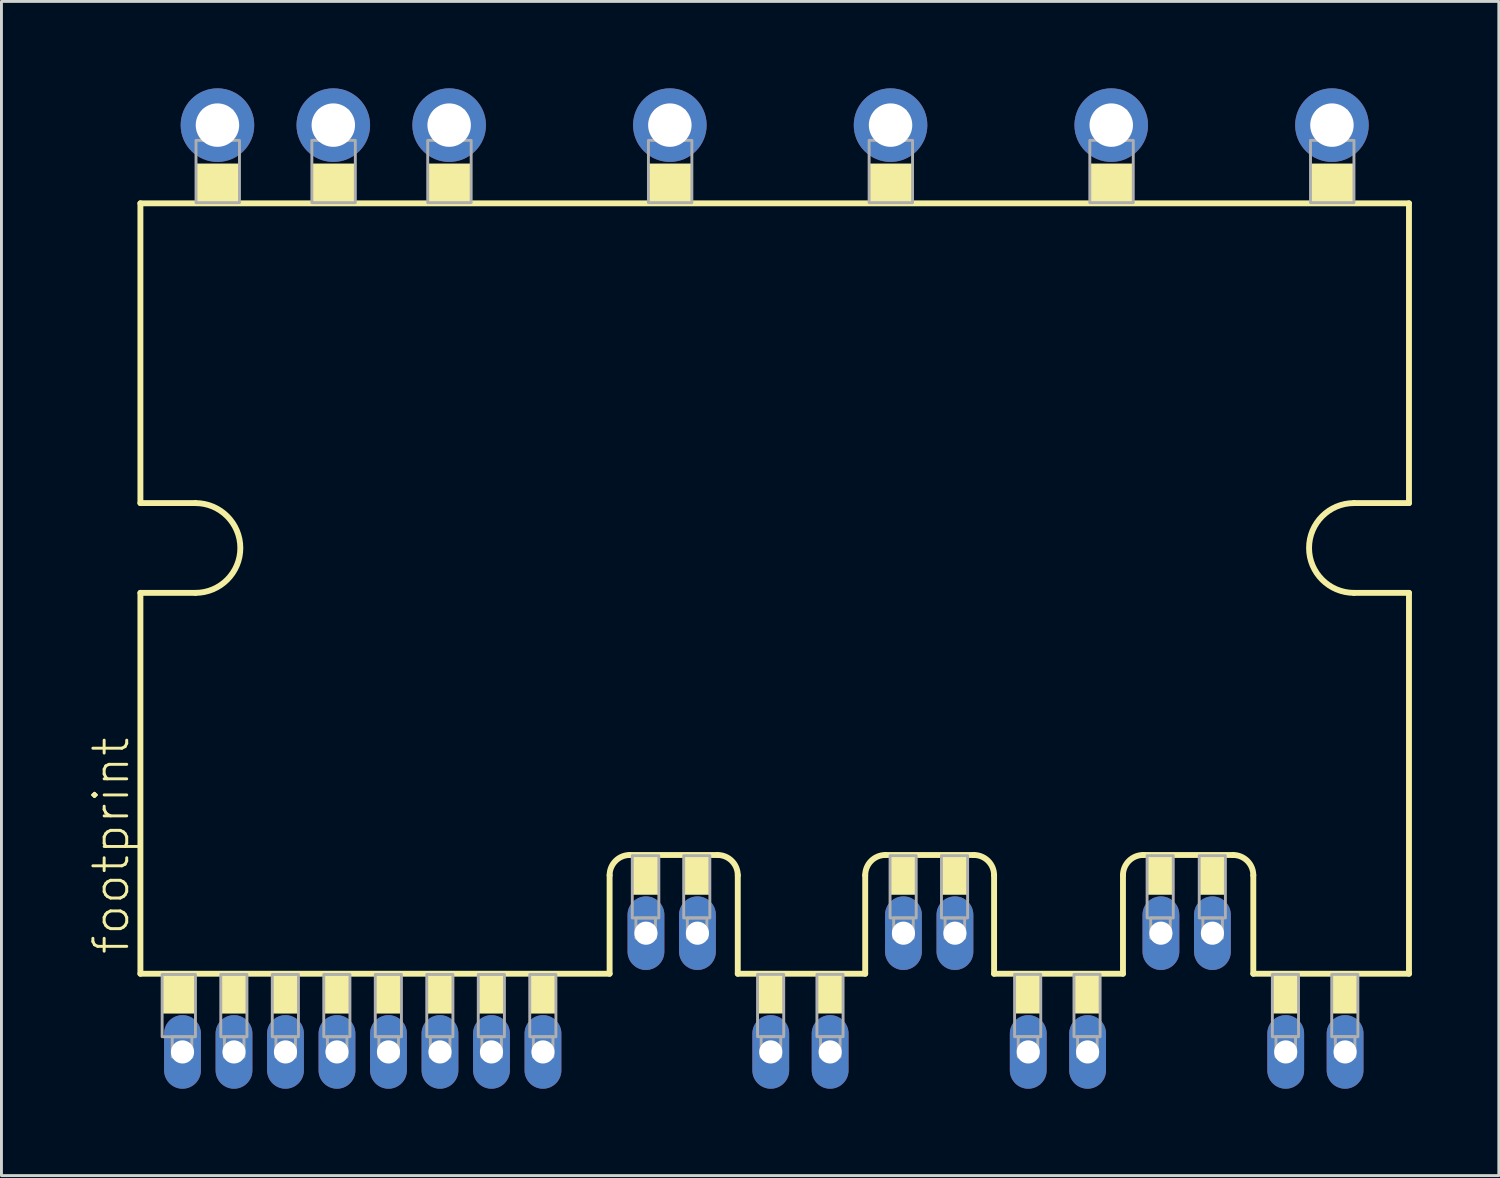
<source format=kicad_pcb>
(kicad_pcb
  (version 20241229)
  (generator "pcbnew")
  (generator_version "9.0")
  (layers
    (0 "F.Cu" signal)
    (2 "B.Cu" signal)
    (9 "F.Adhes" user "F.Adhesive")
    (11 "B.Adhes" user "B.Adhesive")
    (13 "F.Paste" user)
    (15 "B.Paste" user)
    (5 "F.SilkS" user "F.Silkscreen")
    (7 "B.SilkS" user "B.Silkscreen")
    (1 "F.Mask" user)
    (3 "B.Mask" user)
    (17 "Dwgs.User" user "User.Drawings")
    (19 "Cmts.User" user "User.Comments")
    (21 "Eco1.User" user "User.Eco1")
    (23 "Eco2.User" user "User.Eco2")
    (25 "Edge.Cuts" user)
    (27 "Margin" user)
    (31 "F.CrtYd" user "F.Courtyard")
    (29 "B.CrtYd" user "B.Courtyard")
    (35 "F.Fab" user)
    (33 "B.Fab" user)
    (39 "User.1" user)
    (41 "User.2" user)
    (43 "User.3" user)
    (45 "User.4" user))
  (footprint "footprint"
    (layer "F.Cu")
    (at 23.698 17.27)
    (property "Reference" "footprint" (at -22.225 12.7 90) (layer "F.SilkS") (effects (font (size 1.168 1.168) (thickness 0.102)) (justify left bottom)))
    (fp_line (start -21.9 -13.3) (end 21.9 -13.3) (stroke (width 0.203) (type solid)) (layer "F.SilkS"))
    (fp_line (start -21.9 -2.95) (end -21.9 -13.3) (stroke (width 0.203) (type solid)) (layer "F.SilkS"))
    (fp_line (start -21.9 13.3) (end -21.9 0.15) (stroke (width 0.203) (type solid)) (layer "F.SilkS"))
    (fp_line (start -20 -2.95) (end -21.9 -2.95) (stroke (width 0.203) (type solid)) (layer "F.SilkS"))
    (fp_line (start -20 0.15) (end -21.9 0.15) (stroke (width 0.203) (type solid)) (layer "F.SilkS"))
    (fp_line (start -5.7 9.9) (end -5.7 13.3) (stroke (width 0.203) (type solid)) (layer "F.SilkS"))
    (fp_line (start -5.7 13.3) (end -21.9 13.3) (stroke (width 0.203) (type solid)) (layer "F.SilkS"))
    (fp_line (start -1.975 9.2) (end -5 9.2) (stroke (width 0.203) (type solid)) (layer "F.SilkS"))
    (fp_line (start -1.275 13.3) (end -1.275 9.9) (stroke (width 0.203) (type solid)) (layer "F.SilkS"))
    (fp_line (start 3.125 9.9) (end 3.125 13.3) (stroke (width 0.203) (type solid)) (layer "F.SilkS"))
    (fp_line (start 3.125 13.3) (end -1.275 13.3) (stroke (width 0.203) (type solid)) (layer "F.SilkS"))
    (fp_line (start 6.875 9.2) (end 3.825 9.2) (stroke (width 0.203) (type solid)) (layer "F.SilkS"))
    (fp_line (start 7.575 13.3) (end 7.575 9.9) (stroke (width 0.203) (type solid)) (layer "F.SilkS"))
    (fp_line (start 12.025 9.9) (end 12.025 13.3) (stroke (width 0.203) (type solid)) (layer "F.SilkS"))
    (fp_line (start 12.025 13.3) (end 7.575 13.3) (stroke (width 0.203) (type solid)) (layer "F.SilkS"))
    (fp_line (start 15.825 9.2) (end 12.725 9.2) (stroke (width 0.203) (type solid)) (layer "F.SilkS"))
    (fp_line (start 16.525 13.3) (end 16.525 9.9) (stroke (width 0.203) (type solid)) (layer "F.SilkS"))
    (fp_line (start 20 -2.95) (end 21.9 -2.95) (stroke (width 0.203) (type solid)) (layer "F.SilkS"))
    (fp_line (start 20 0.15) (end 21.9 0.15) (stroke (width 0.203) (type solid)) (layer "F.SilkS"))
    (fp_line (start 21.9 -13.3) (end 21.9 -2.95) (stroke (width 0.203) (type solid)) (layer "F.SilkS"))
    (fp_line (start 21.9 0.15) (end 21.9 13.3) (stroke (width 0.203) (type solid)) (layer "F.SilkS"))
    (fp_line (start 21.9 13.3) (end 16.525 13.3) (stroke (width 0.203) (type solid)) (layer "F.SilkS"))
    (fp_arc (start -20 -2.95) (mid -18.45 -1.4) (end -20 0.15) (stroke (width 0.2032) (type solid)) (layer "F.SilkS"))
    (fp_arc (start -5.7 9.9) (mid -5.494975 9.405025) (end -5 9.2) (stroke (width 0.2032) (type solid)) (layer "F.SilkS"))
    (fp_arc (start -1.975 9.2) (mid -1.480025 9.405025) (end -1.275 9.9) (stroke (width 0.2032) (type solid)) (layer "F.SilkS"))
    (fp_arc (start 3.125 9.9) (mid 3.330025 9.405025) (end 3.825 9.2) (stroke (width 0.2032) (type solid)) (layer "F.SilkS"))
    (fp_arc (start 6.875 9.2) (mid 7.369975 9.405025) (end 7.575 9.9) (stroke (width 0.2032) (type solid)) (layer "F.SilkS"))
    (fp_arc (start 12.025 9.9) (mid 12.230025 9.405025) (end 12.725 9.2) (stroke (width 0.2032) (type solid)) (layer "F.SilkS"))
    (fp_arc (start 15.825 9.2) (mid 16.319975 9.405025) (end 16.525 9.9) (stroke (width 0.2032) (type solid)) (layer "F.SilkS"))
    (fp_arc (start 20 0.15) (mid 18.45 -1.4) (end 20 -2.95) (stroke (width 0.2032) (type solid)) (layer "F.SilkS"))
    (fp_poly (pts (xy -20 13.3) (xy -21.15 13.3) (xy -21.15 14.675) (xy -20 14.675)) (stroke (width 0) (type solid)) (fill yes) (layer "F.SilkS"))
    (fp_poly (pts (xy -19.98 -13.298) (xy -18.48 -13.298) (xy -18.48 -14.673) (xy -19.98 -14.673)) (stroke (width 0) (type solid)) (fill yes) (layer "F.SilkS"))
    (fp_poly (pts (xy -18.222 13.3) (xy -19.125 13.3) (xy -19.125 14.675) (xy -18.222 14.675)) (stroke (width 0) (type solid)) (fill yes) (layer "F.SilkS"))
    (fp_poly (pts (xy -16.444 13.3) (xy -17.347 13.3) (xy -17.347 14.675) (xy -16.444 14.675)) (stroke (width 0) (type solid)) (fill yes) (layer "F.SilkS"))
    (fp_poly (pts (xy -15.98 -13.298) (xy -14.48 -13.298) (xy -14.48 -14.673) (xy -15.98 -14.673)) (stroke (width 0) (type solid)) (fill yes) (layer "F.SilkS"))
    (fp_poly (pts (xy -14.666 13.3) (xy -15.569 13.3) (xy -15.569 14.675) (xy -14.666 14.675)) (stroke (width 0) (type solid)) (fill yes) (layer "F.SilkS"))
    (fp_poly (pts (xy -12.888 13.3) (xy -13.791 13.3) (xy -13.791 14.675) (xy -12.888 14.675)) (stroke (width 0) (type solid)) (fill yes) (layer "F.SilkS"))
    (fp_poly (pts (xy -11.98 -13.298) (xy -10.48 -13.298) (xy -10.48 -14.673) (xy -11.98 -14.673)) (stroke (width 0) (type solid)) (fill yes) (layer "F.SilkS"))
    (fp_poly (pts (xy -11.11 13.3) (xy -12.013 13.3) (xy -12.013 14.675) (xy -11.11 14.675)) (stroke (width 0) (type solid)) (fill yes) (layer "F.SilkS"))
    (fp_poly (pts (xy -9.332 13.3) (xy -10.235 13.3) (xy -10.235 14.675) (xy -9.332 14.675)) (stroke (width 0) (type solid)) (fill yes) (layer "F.SilkS"))
    (fp_poly (pts (xy -7.554 13.3) (xy -8.457 13.3) (xy -8.457 14.675) (xy -7.554 14.675)) (stroke (width 0) (type solid)) (fill yes) (layer "F.SilkS"))
    (fp_poly (pts (xy -4.36 -13.298) (xy -2.86 -13.298) (xy -2.86 -14.673) (xy -4.36 -14.673)) (stroke (width 0) (type solid)) (fill yes) (layer "F.SilkS"))
    (fp_poly (pts (xy -4 9.198) (xy -4.917 9.198) (xy -4.917 10.573) (xy -4 10.573)) (stroke (width 0) (type solid)) (fill yes) (layer "F.SilkS"))
    (fp_poly (pts (xy -2.239 9.198) (xy -3.142 9.198) (xy -3.142 10.573) (xy -2.239 10.573)) (stroke (width 0) (type solid)) (fill yes) (layer "F.SilkS"))
    (fp_poly (pts (xy 0.311 13.298) (xy -0.592 13.298) (xy -0.592 14.673) (xy 0.311 14.673)) (stroke (width 0) (type solid)) (fill yes) (layer "F.SilkS"))
    (fp_poly (pts (xy 2.361 13.298) (xy 1.458 13.298) (xy 1.458 14.673) (xy 2.361 14.673)) (stroke (width 0) (type solid)) (fill yes) (layer "F.SilkS"))
    (fp_poly (pts (xy 3.26 -13.298) (xy 4.76 -13.298) (xy 4.76 -14.673) (xy 3.26 -14.673)) (stroke (width 0) (type solid)) (fill yes) (layer "F.SilkS"))
    (fp_poly (pts (xy 4.886 9.198) (xy 3.983 9.198) (xy 3.983 10.573) (xy 4.886 10.573)) (stroke (width 0) (type solid)) (fill yes) (layer "F.SilkS"))
    (fp_poly (pts (xy 6.661 9.198) (xy 5.758 9.198) (xy 5.758 10.573) (xy 6.661 10.573)) (stroke (width 0) (type solid)) (fill yes) (layer "F.SilkS"))
    (fp_poly (pts (xy 9.186 13.298) (xy 8.283 13.298) (xy 8.283 14.673) (xy 9.186 14.673)) (stroke (width 0) (type solid)) (fill yes) (layer "F.SilkS"))
    (fp_poly (pts (xy 10.88 -13.298) (xy 12.38 -13.298) (xy 12.38 -14.673) (xy 10.88 -14.673)) (stroke (width 0) (type solid)) (fill yes) (layer "F.SilkS"))
    (fp_poly (pts (xy 11.236 13.298) (xy 10.333 13.298) (xy 10.333 14.673) (xy 11.236 14.673)) (stroke (width 0) (type solid)) (fill yes) (layer "F.SilkS"))
    (fp_poly (pts (xy 13.761 9.198) (xy 12.858 9.198) (xy 12.858 10.573) (xy 13.761 10.573)) (stroke (width 0) (type solid)) (fill yes) (layer "F.SilkS"))
    (fp_poly (pts (xy 15.561 9.198) (xy 14.658 9.198) (xy 14.658 10.573) (xy 15.561 10.573)) (stroke (width 0) (type solid)) (fill yes) (layer "F.SilkS"))
    (fp_poly (pts (xy 18.086 13.298) (xy 17.183 13.298) (xy 17.183 14.673) (xy 18.086 14.673)) (stroke (width 0) (type solid)) (fill yes) (layer "F.SilkS"))
    (fp_poly (pts (xy 18.5 -13.298) (xy 20 -13.298) (xy 20 -14.673) (xy 18.5 -14.673)) (stroke (width 0) (type solid)) (fill yes) (layer "F.SilkS"))
    (fp_poly (pts (xy 20.136 13.298) (xy 19.233 13.298) (xy 19.233 14.673) (xy 20.136 14.673)) (stroke (width 0) (type solid)) (fill yes) (layer "F.SilkS"))
    (fp_poly (pts (xy -20.125 15.475) (xy -20.8 15.475) (xy -20.8 16.175) (xy -20.125 16.175)) (stroke (width 0.1) (type solid)) (fill no) (layer "F.Fab"))
    (fp_poly (pts (xy -20 13.325) (xy -21.15 13.325) (xy -21.15 15.475) (xy -20 15.475)) (stroke (width 0.1) (type solid)) (fill no) (layer "F.Fab"))
    (fp_poly (pts (xy -19.98 -13.323) (xy -18.48 -13.323) (xy -18.48 -15.473) (xy -19.98 -15.473)) (stroke (width 0.1) (type solid)) (fill no) (layer "F.Fab"))
    (fp_poly (pts (xy -19.73 -15.473) (xy -18.73 -15.473) (xy -18.73 -16.5) (xy -19.73 -16.5)) (stroke (width 0.1) (type solid)) (fill no) (layer "F.Fab"))
    (fp_poly (pts (xy -18.325 15.475) (xy -19 15.475) (xy -19 16.175) (xy -18.325 16.175)) (stroke (width 0.1) (type solid)) (fill no) (layer "F.Fab"))
    (fp_poly (pts (xy -18.222 13.325) (xy -19.125 13.325) (xy -19.125 15.475) (xy -18.222 15.475)) (stroke (width 0.1) (type solid)) (fill no) (layer "F.Fab"))
    (fp_poly (pts (xy -16.547 15.475) (xy -17.222 15.475) (xy -17.222 16.175) (xy -16.547 16.175)) (stroke (width 0.1) (type solid)) (fill no) (layer "F.Fab"))
    (fp_poly (pts (xy -16.444 13.325) (xy -17.347 13.325) (xy -17.347 15.475) (xy -16.444 15.475)) (stroke (width 0.1) (type solid)) (fill no) (layer "F.Fab"))
    (fp_poly (pts (xy -15.98 -13.323) (xy -14.48 -13.323) (xy -14.48 -15.473) (xy -15.98 -15.473)) (stroke (width 0.1) (type solid)) (fill no) (layer "F.Fab"))
    (fp_poly (pts (xy -15.73 -15.473) (xy -14.73 -15.473) (xy -14.73 -16.5) (xy -15.73 -16.5)) (stroke (width 0.1) (type solid)) (fill no) (layer "F.Fab"))
    (fp_poly (pts (xy -14.769 15.475) (xy -15.444 15.475) (xy -15.444 16.175) (xy -14.769 16.175)) (stroke (width 0.1) (type solid)) (fill no) (layer "F.Fab"))
    (fp_poly (pts (xy -14.666 13.325) (xy -15.569 13.325) (xy -15.569 15.475) (xy -14.666 15.475)) (stroke (width 0.1) (type solid)) (fill no) (layer "F.Fab"))
    (fp_poly (pts (xy -12.991 15.475) (xy -13.666 15.475) (xy -13.666 16.175) (xy -12.991 16.175)) (stroke (width 0.1) (type solid)) (fill no) (layer "F.Fab"))
    (fp_poly (pts (xy -12.888 13.325) (xy -13.791 13.325) (xy -13.791 15.475) (xy -12.888 15.475)) (stroke (width 0.1) (type solid)) (fill no) (layer "F.Fab"))
    (fp_poly (pts (xy -11.98 -13.323) (xy -10.48 -13.323) (xy -10.48 -15.473) (xy -11.98 -15.473)) (stroke (width 0.1) (type solid)) (fill no) (layer "F.Fab"))
    (fp_poly (pts (xy -11.73 -15.473) (xy -10.73 -15.473) (xy -10.73 -16.5) (xy -11.73 -16.5)) (stroke (width 0.1) (type solid)) (fill no) (layer "F.Fab"))
    (fp_poly (pts (xy -11.213 15.475) (xy -11.888 15.475) (xy -11.888 16.175) (xy -11.213 16.175)) (stroke (width 0.1) (type solid)) (fill no) (layer "F.Fab"))
    (fp_poly (pts (xy -11.11 13.325) (xy -12.013 13.325) (xy -12.013 15.475) (xy -11.11 15.475)) (stroke (width 0.1) (type solid)) (fill no) (layer "F.Fab"))
    (fp_poly (pts (xy -9.435 15.475) (xy -10.11 15.475) (xy -10.11 16.175) (xy -9.435 16.175)) (stroke (width 0.1) (type solid)) (fill no) (layer "F.Fab"))
    (fp_poly (pts (xy -9.332 13.325) (xy -10.235 13.325) (xy -10.235 15.475) (xy -9.332 15.475)) (stroke (width 0.1) (type solid)) (fill no) (layer "F.Fab"))
    (fp_poly (pts (xy -7.657 15.475) (xy -8.332 15.475) (xy -8.332 16.175) (xy -7.657 16.175)) (stroke (width 0.1) (type solid)) (fill no) (layer "F.Fab"))
    (fp_poly (pts (xy -7.554 13.325) (xy -8.457 13.325) (xy -8.457 15.475) (xy -7.554 15.475)) (stroke (width 0.1) (type solid)) (fill no) (layer "F.Fab"))
    (fp_poly (pts (xy -4.36 -13.323) (xy -2.86 -13.323) (xy -2.86 -15.473) (xy -4.36 -15.473)) (stroke (width 0.1) (type solid)) (fill no) (layer "F.Fab"))
    (fp_poly (pts (xy -4.117 11.373) (xy -4.792 11.373) (xy -4.792 12.073) (xy -4.117 12.073)) (stroke (width 0.1) (type solid)) (fill no) (layer "F.Fab"))
    (fp_poly (pts (xy -4.11 -15.473) (xy -3.11 -15.473) (xy -3.11 -16.5) (xy -4.11 -16.5)) (stroke (width 0.1) (type solid)) (fill no) (layer "F.Fab"))
    (fp_poly (pts (xy -4 9.223) (xy -4.917 9.223) (xy -4.917 11.373) (xy -4 11.373)) (stroke (width 0.1) (type solid)) (fill no) (layer "F.Fab"))
    (fp_poly (pts (xy -2.342 11.373) (xy -3.017 11.373) (xy -3.017 12.073) (xy -2.342 12.073)) (stroke (width 0.1) (type solid)) (fill no) (layer "F.Fab"))
    (fp_poly (pts (xy -2.239 9.223) (xy -3.142 9.223) (xy -3.142 11.373) (xy -2.239 11.373)) (stroke (width 0.1) (type solid)) (fill no) (layer "F.Fab"))
    (fp_poly (pts (xy 0.208 15.473) (xy -0.467 15.473) (xy -0.467 16.173) (xy 0.208 16.173)) (stroke (width 0.1) (type solid)) (fill no) (layer "F.Fab"))
    (fp_poly (pts (xy 0.311 13.323) (xy -0.592 13.323) (xy -0.592 15.473) (xy 0.311 15.473)) (stroke (width 0.1) (type solid)) (fill no) (layer "F.Fab"))
    (fp_poly (pts (xy 2.258 15.473) (xy 1.583 15.473) (xy 1.583 16.173) (xy 2.258 16.173)) (stroke (width 0.1) (type solid)) (fill no) (layer "F.Fab"))
    (fp_poly (pts (xy 2.361 13.323) (xy 1.458 13.323) (xy 1.458 15.473) (xy 2.361 15.473)) (stroke (width 0.1) (type solid)) (fill no) (layer "F.Fab"))
    (fp_poly (pts (xy 3.26 -13.323) (xy 4.76 -13.323) (xy 4.76 -15.473) (xy 3.26 -15.473)) (stroke (width 0.1) (type solid)) (fill no) (layer "F.Fab"))
    (fp_poly (pts (xy 3.51 -15.473) (xy 4.51 -15.473) (xy 4.51 -16.5) (xy 3.51 -16.5)) (stroke (width 0.1) (type solid)) (fill no) (layer "F.Fab"))
    (fp_poly (pts (xy 4.783 11.373) (xy 4.108 11.373) (xy 4.108 12.073) (xy 4.783 12.073)) (stroke (width 0.1) (type solid)) (fill no) (layer "F.Fab"))
    (fp_poly (pts (xy 4.886 9.223) (xy 3.983 9.223) (xy 3.983 11.373) (xy 4.886 11.373)) (stroke (width 0.1) (type solid)) (fill no) (layer "F.Fab"))
    (fp_poly (pts (xy 6.558 11.373) (xy 5.883 11.373) (xy 5.883 12.073) (xy 6.558 12.073)) (stroke (width 0.1) (type solid)) (fill no) (layer "F.Fab"))
    (fp_poly (pts (xy 6.661 9.223) (xy 5.758 9.223) (xy 5.758 11.373) (xy 6.661 11.373)) (stroke (width 0.1) (type solid)) (fill no) (layer "F.Fab"))
    (fp_poly (pts (xy 9.083 15.473) (xy 8.408 15.473) (xy 8.408 16.173) (xy 9.083 16.173)) (stroke (width 0.1) (type solid)) (fill no) (layer "F.Fab"))
    (fp_poly (pts (xy 9.186 13.323) (xy 8.283 13.323) (xy 8.283 15.473) (xy 9.186 15.473)) (stroke (width 0.1) (type solid)) (fill no) (layer "F.Fab"))
    (fp_poly (pts (xy 10.88 -13.323) (xy 12.38 -13.323) (xy 12.38 -15.473) (xy 10.88 -15.473)) (stroke (width 0.1) (type solid)) (fill no) (layer "F.Fab"))
    (fp_poly (pts (xy 11.13 -15.473) (xy 12.13 -15.473) (xy 12.13 -16.5) (xy 11.13 -16.5)) (stroke (width 0.1) (type solid)) (fill no) (layer "F.Fab"))
    (fp_poly (pts (xy 11.133 15.473) (xy 10.458 15.473) (xy 10.458 16.173) (xy 11.133 16.173)) (stroke (width 0.1) (type solid)) (fill no) (layer "F.Fab"))
    (fp_poly (pts (xy 11.236 13.323) (xy 10.333 13.323) (xy 10.333 15.473) (xy 11.236 15.473)) (stroke (width 0.1) (type solid)) (fill no) (layer "F.Fab"))
    (fp_poly (pts (xy 13.658 11.373) (xy 12.983 11.373) (xy 12.983 12.073) (xy 13.658 12.073)) (stroke (width 0.1) (type solid)) (fill no) (layer "F.Fab"))
    (fp_poly (pts (xy 13.761 9.223) (xy 12.858 9.223) (xy 12.858 11.373) (xy 13.761 11.373)) (stroke (width 0.1) (type solid)) (fill no) (layer "F.Fab"))
    (fp_poly (pts (xy 15.458 11.373) (xy 14.783 11.373) (xy 14.783 12.073) (xy 15.458 12.073)) (stroke (width 0.1) (type solid)) (fill no) (layer "F.Fab"))
    (fp_poly (pts (xy 15.561 9.223) (xy 14.658 9.223) (xy 14.658 11.373) (xy 15.561 11.373)) (stroke (width 0.1) (type solid)) (fill no) (layer "F.Fab"))
    (fp_poly (pts (xy 17.983 15.473) (xy 17.308 15.473) (xy 17.308 16.173) (xy 17.983 16.173)) (stroke (width 0.1) (type solid)) (fill no) (layer "F.Fab"))
    (fp_poly (pts (xy 18.086 13.323) (xy 17.183 13.323) (xy 17.183 15.473) (xy 18.086 15.473)) (stroke (width 0.1) (type solid)) (fill no) (layer "F.Fab"))
    (fp_poly (pts (xy 18.5 -13.323) (xy 20 -13.323) (xy 20 -15.473) (xy 18.5 -15.473)) (stroke (width 0.1) (type solid)) (fill no) (layer "F.Fab"))
    (fp_poly (pts (xy 18.75 -15.473) (xy 19.75 -15.473) (xy 19.75 -16.5) (xy 18.75 -16.5)) (stroke (width 0.1) (type solid)) (fill no) (layer "F.Fab"))
    (fp_poly (pts (xy 20.033 15.473) (xy 19.358 15.473) (xy 19.358 16.173) (xy 20.033 16.173)) (stroke (width 0.1) (type solid)) (fill no) (layer "F.Fab"))
    (fp_poly (pts (xy 20.136 13.323) (xy 19.233 13.323) (xy 19.233 15.473) (xy 20.136 15.473)) (stroke (width 0.1) (type solid)) (fill no) (layer "F.Fab"))
    (pad "1" thru_hole oval (at -20.447 16 270) (size 2.54 1.27) (drill 0.8) (layers "*.Cu" "*.Mask"))
    (pad "2" thru_hole oval (at -18.669 16 270) (size 2.54 1.27) (drill 0.8) (layers "*.Cu" "*.Mask"))
    (pad "3" thru_hole oval (at -16.891 16 270) (size 2.54 1.27) (drill 0.8) (layers "*.Cu" "*.Mask"))
    (pad "4" thru_hole oval (at -15.113 16 270) (size 2.54 1.27) (drill 0.8) (layers "*.Cu" "*.Mask"))
    (pad "5" thru_hole oval (at -13.335 16 270) (size 2.54 1.27) (drill 0.8) (layers "*.Cu" "*.Mask"))
    (pad "6" thru_hole oval (at -11.557 16 270) (size 2.54 1.27) (drill 0.8) (layers "*.Cu" "*.Mask"))
    (pad "7" thru_hole oval (at -9.779 16 270) (size 2.54 1.27) (drill 0.8) (layers "*.Cu" "*.Mask"))
    (pad "8" thru_hole oval (at -8.001 16 270) (size 2.54 1.27) (drill 0.8) (layers "*.Cu" "*.Mask"))
    (pad "9" thru_hole oval (at -4.445 11.9 270) (size 2.54 1.27) (drill 0.8) (layers "*.Cu" "*.Mask"))
    (pad "10" thru_hole oval (at -2.667 11.9 270) (size 2.54 1.27) (drill 0.8) (layers "*.Cu" "*.Mask"))
    (pad "11" thru_hole oval (at -0.136 16 270) (size 2.54 1.27) (drill 0.8) (layers "*.Cu" "*.Mask"))
    (pad "12" thru_hole oval (at 1.914 16 270) (size 2.54 1.27) (drill 0.8) (layers "*.Cu" "*.Mask"))
    (pad "13" thru_hole oval (at 4.445 11.9 270) (size 2.54 1.27) (drill 0.8) (layers "*.Cu" "*.Mask"))
    (pad "14" thru_hole oval (at 6.223 11.9 270) (size 2.54 1.27) (drill 0.8) (layers "*.Cu" "*.Mask"))
    (pad "15" thru_hole oval (at 8.754 16 270) (size 2.54 1.27) (drill 0.8) (layers "*.Cu" "*.Mask"))
    (pad "16" thru_hole oval (at 10.804 16 270) (size 2.54 1.27) (drill 0.8) (layers "*.Cu" "*.Mask"))
    (pad "17" thru_hole oval (at 13.335 11.9 270) (size 2.54 1.27) (drill 0.8) (layers "*.Cu" "*.Mask"))
    (pad "18" thru_hole oval (at 15.113 11.9 270) (size 2.54 1.27) (drill 0.8) (layers "*.Cu" "*.Mask"))
    (pad "19" thru_hole oval (at 17.644 16 270) (size 2.54 1.27) (drill 0.8) (layers "*.Cu" "*.Mask"))
    (pad "20" thru_hole oval (at 19.694 16 270) (size 2.54 1.27) (drill 0.8) (layers "*.Cu" "*.Mask"))
    (pad "21" thru_hole circle (at -19.24 -16 180) (size 2.54 2.54) (drill 1.5) (layers "*.Cu" "*.Mask"))
    (pad "22" thru_hole circle (at -15.24 -16 180) (size 2.54 2.54) (drill 1.5) (layers "*.Cu" "*.Mask"))
    (pad "23" thru_hole circle (at -11.24 -16 180) (size 2.54 2.54) (drill 1.5) (layers "*.Cu" "*.Mask"))
    (pad "24" thru_hole circle (at -3.62 -16 180) (size 2.54 2.54) (drill 1.5) (layers "*.Cu" "*.Mask"))
    (pad "25" thru_hole circle (at 4 -16 180) (size 2.54 2.54) (drill 1.5) (layers "*.Cu" "*.Mask"))
    (pad "26" thru_hole circle (at 11.62 -16 180) (size 2.54 2.54) (drill 1.5) (layers "*.Cu" "*.Mask"))
    (pad "27" thru_hole circle (at 19.24 -16 180) (size 2.54 2.54) (drill 1.5) (layers "*.Cu" "*.Mask")))
  (gr_rect
    (start -3 -3)
    (end 48.7 37.54)
    (stroke (width 0.1) (type default))
    (fill no)
    (layer "Edge.Cuts")))
</source>
